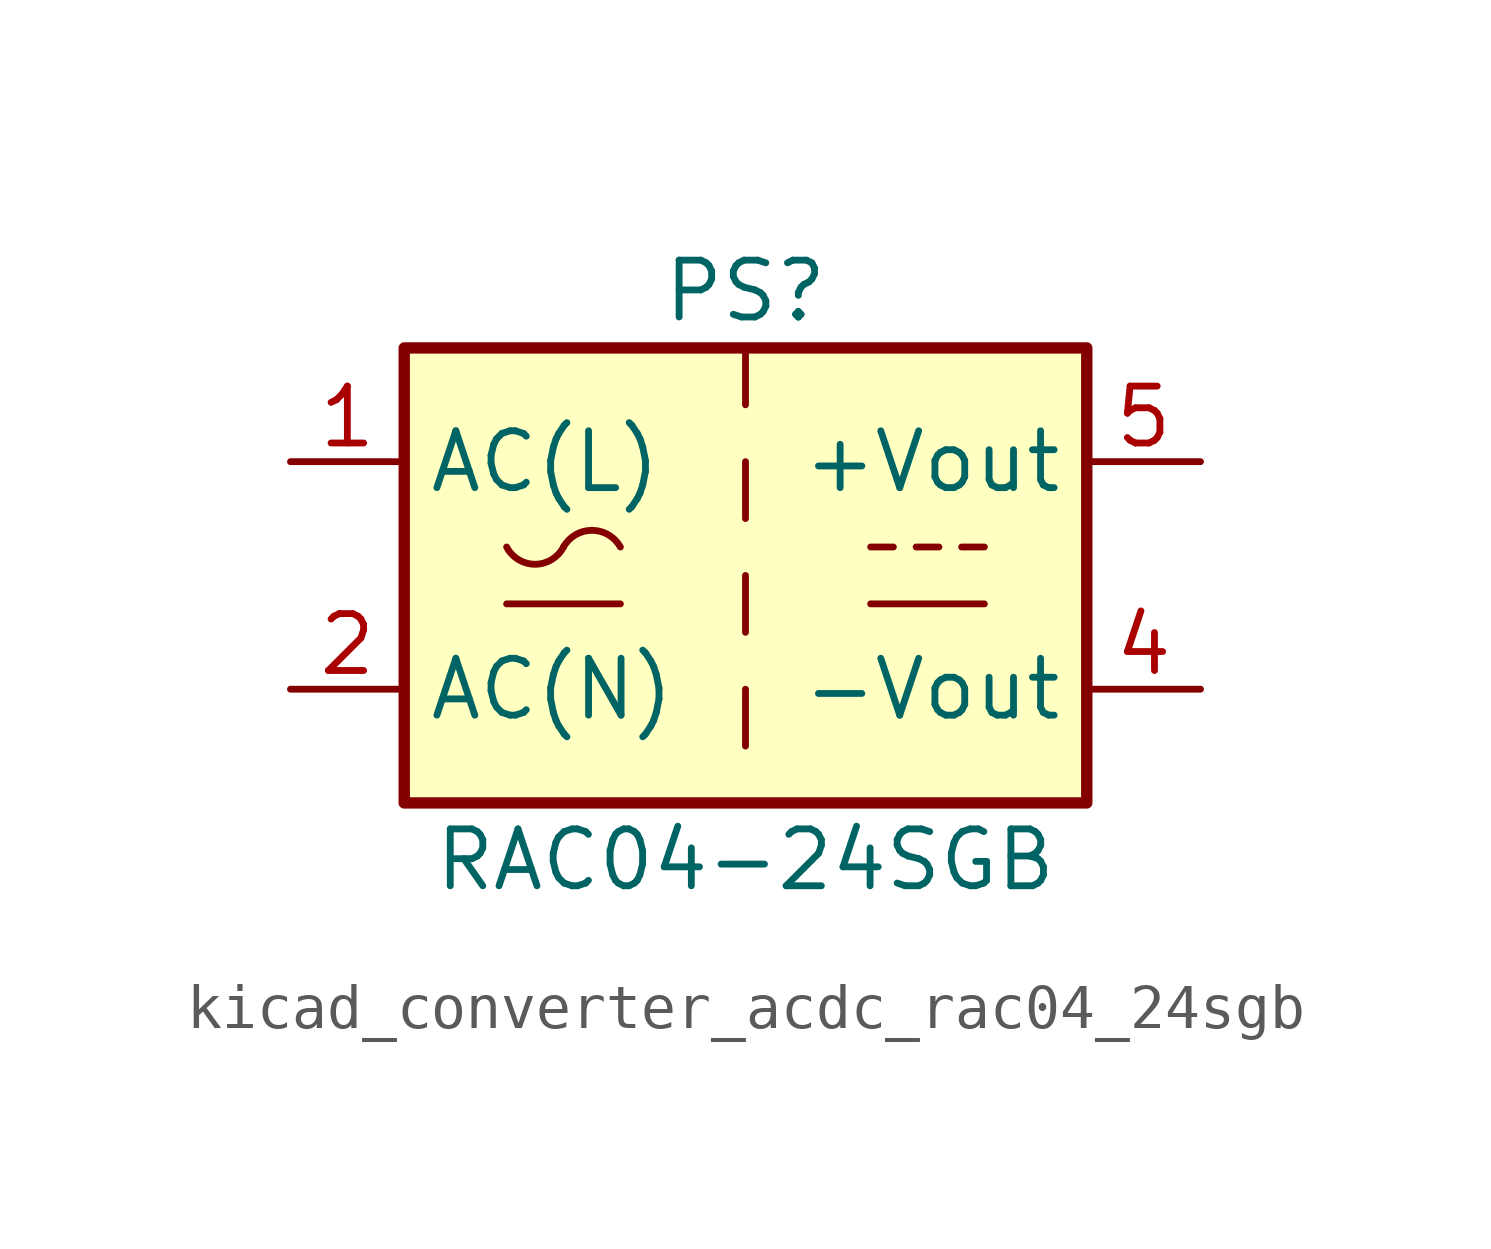
<source format=kicad_sym>
(kicad_symbol_lib
  (version 20220914)
  (generator kicad_symbol_editor)
  (symbol "kicad_converter_acdc_rac04_24sgb"
    (property "Reference" "PS"
      (at 0 6.35 0)
      (effects (font (size 1.27 1.27))))
    (property "Value" "RAC04-24SGB"
      (at 0 -6.35 0)
      (effects (font (size 1.27 1.27))))
    (symbol "kicad_converter_acdc_rac04_24sgb_1_1"
      (rectangle (start -7.62 5.08) (end 7.62 -5.08) (stroke (width 0.254) (type default)) (fill (type background)))
      (arc (start -5.334 0.635) (mid -4.699 0.2495) (end -4.064 0.635) (stroke (width 0) (type default)) (fill (type none)))
      (arc (start -2.794 0.635) (mid -3.429 1.0072) (end -4.064 0.635) (stroke (width 0) (type default)) (fill (type none)))
      (polyline (pts (xy -5.334 -0.635) (xy -2.794 -0.635)) (stroke (width 0) (type default)) (fill (type none)))
      (polyline (pts (xy 0 -2.54) (xy 0 -3.81)) (stroke (width 0) (type default)) (fill (type none)))
      (polyline (pts (xy 0 0) (xy 0 -1.27)) (stroke (width 0) (type default)) (fill (type none)))
      (polyline (pts (xy 0 2.54) (xy 0 1.27)) (stroke (width 0) (type default)) (fill (type none)))
      (polyline (pts (xy 0 5.08) (xy 0 3.81)) (stroke (width 0) (type default)) (fill (type none)))
      (polyline (pts (xy 2.794 -0.635) (xy 5.334 -0.635)) (stroke (width 0) (type default)) (fill (type none)))
      (polyline (pts (xy 2.794 0.635) (xy 3.302 0.635)) (stroke (width 0) (type default)) (fill (type none)))
      (polyline (pts (xy 3.81 0.635) (xy 4.318 0.635)) (stroke (width 0) (type default)) (fill (type none)))
      (polyline (pts (xy 4.826 0.635) (xy 5.334 0.635)) (stroke (width 0) (type default)) (fill (type none)))
      (pin power_in line (at -10.16 2.54 0) (length 2.54) (name "AC(L)" (effects (font (size 1.27 1.27)))) (number "1" (effects (font (size 1.27 1.27)))))
      (pin power_in line (at -10.16 -2.54 0) (length 2.54) (name "AC(N)" (effects (font (size 1.27 1.27)))) (number "2" (effects (font (size 1.27 1.27)))))
      (pin no_connect line (at 7.62 0 180) (length 2.54) hide (name "NC" (effects (font (size 1.27 1.27)))) (number "3" (effects (font (size 1.27 1.27)))))
      (pin power_out line (at 10.16 -2.54 180) (length 2.54) (name "-Vout" (effects (font (size 1.27 1.27)))) (number "4" (effects (font (size 1.27 1.27)))))
      (pin power_out line (at 10.16 2.54 180) (length 2.54) (name "+Vout" (effects (font (size 1.27 1.27)))) (number "5" (effects (font (size 1.27 1.27))))))))
</source>
